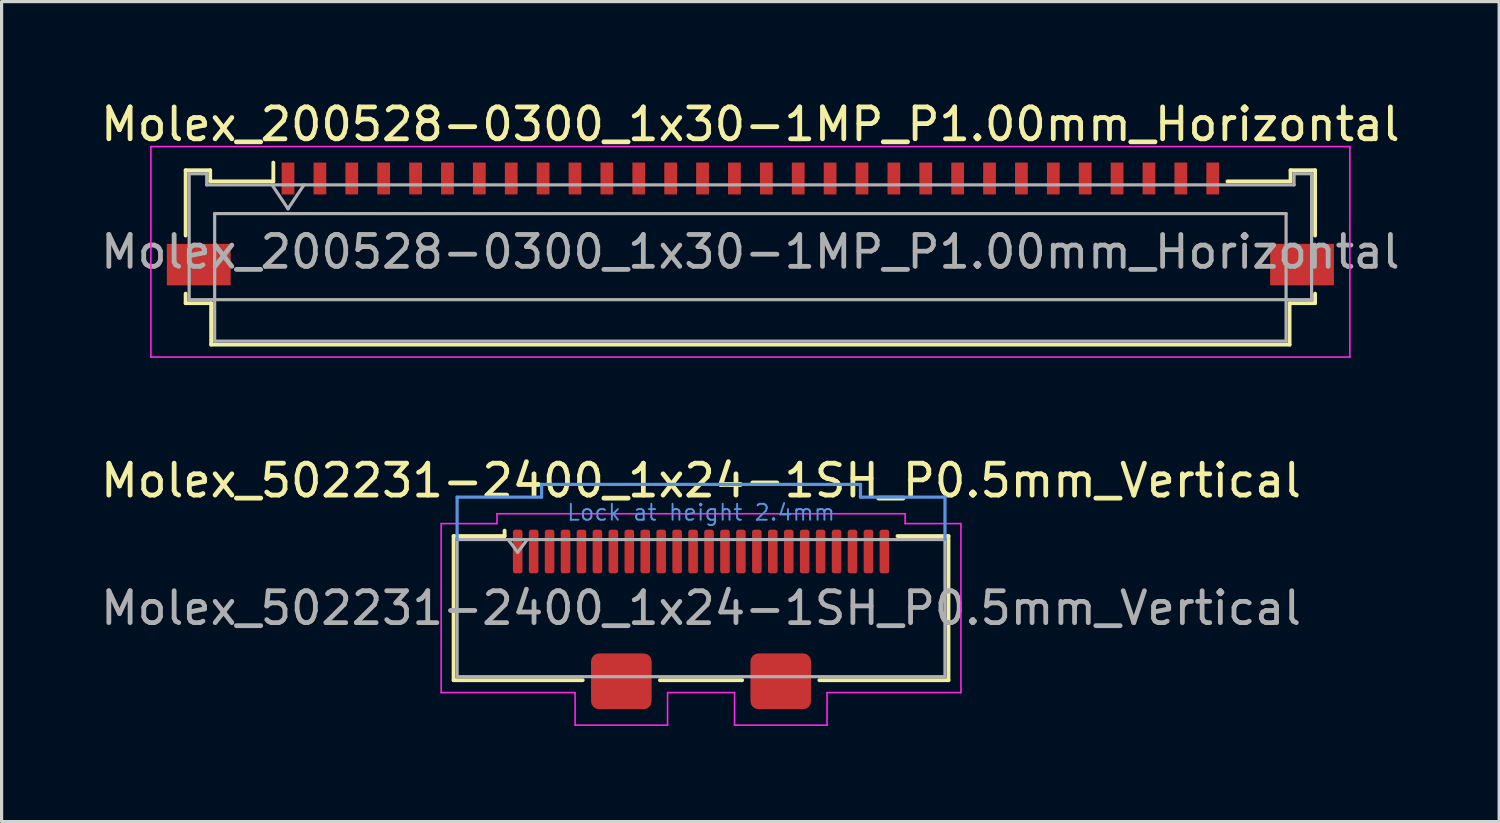
<source format=kicad_pcb>
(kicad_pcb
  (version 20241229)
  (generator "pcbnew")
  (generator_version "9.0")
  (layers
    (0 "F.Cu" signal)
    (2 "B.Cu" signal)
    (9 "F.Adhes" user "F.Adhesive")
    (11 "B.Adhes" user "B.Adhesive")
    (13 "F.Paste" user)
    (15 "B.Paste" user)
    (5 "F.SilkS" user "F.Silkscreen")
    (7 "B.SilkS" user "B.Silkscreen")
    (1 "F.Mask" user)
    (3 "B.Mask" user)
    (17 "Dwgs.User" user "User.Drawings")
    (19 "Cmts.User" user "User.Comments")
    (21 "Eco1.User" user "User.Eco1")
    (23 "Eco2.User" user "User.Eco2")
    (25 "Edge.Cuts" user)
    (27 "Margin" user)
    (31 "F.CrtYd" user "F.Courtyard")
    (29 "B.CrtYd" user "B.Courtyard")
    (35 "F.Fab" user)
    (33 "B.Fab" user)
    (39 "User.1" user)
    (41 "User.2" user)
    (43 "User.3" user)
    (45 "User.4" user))
  (footprint "Molex_502231-2400_1x24-1SH_P0.5mm_Vertical"
    (layer "F.Cu")
    (at 18.935 15.291)
    (property "Reference" "Molex_502231-2400_1x24-1SH_P0.5mm_Vertical" (at 0 -3.27 0) (layer "F.SilkS") (effects (font (size 1 1) (thickness 0.15))))
    (attr smd)
    (fp_line (start -7.76 2.99) (end -7.76 -1.53) (stroke (width 0.12) (type solid)) (layer "F.SilkS"))
    (fp_line (start -6.16 -1.53) (end -7.76 -1.53) (stroke (width 0.12) (type solid)) (layer "F.SilkS"))
    (fp_line (start -6.16 -1.53) (end -6.16 -1.7) (stroke (width 0.12) (type solid)) (layer "F.SilkS"))
    (fp_line (start -3.71 2.99) (end -7.76 2.99) (stroke (width 0.12) (type solid)) (layer "F.SilkS"))
    (fp_line (start -1.29 2.99) (end 1.29 2.99) (stroke (width 0.12) (type solid)) (layer "F.SilkS"))
    (fp_line (start 3.71 2.99) (end 7.76 2.99) (stroke (width 0.12) (type solid)) (layer "F.SilkS"))
    (fp_line (start 6.16 -1.53) (end 7.76 -1.53) (stroke (width 0.12) (type solid)) (layer "F.SilkS"))
    (fp_line (start 7.76 2.99) (end 7.76 -1.53) (stroke (width 0.12) (type solid)) (layer "F.SilkS"))
    (fp_line (start -7.65 -2.75) (end -7.65 -1.42) (stroke (width 0.1) (type solid)) (layer "Cmts.User"))
    (fp_line (start -5 -3.15) (end -5 -2.75) (stroke (width 0.1) (type solid)) (layer "Cmts.User"))
    (fp_line (start -5 -3.15) (end 5 -3.15) (stroke (width 0.1) (type solid)) (layer "Cmts.User"))
    (fp_line (start -5 -2.75) (end -7.65 -2.75) (stroke (width 0.1) (type solid)) (layer "Cmts.User"))
    (fp_line (start 5 -3.15) (end 5 -2.75) (stroke (width 0.1) (type solid)) (layer "Cmts.User"))
    (fp_line (start 5 -2.75) (end 7.65 -2.75) (stroke (width 0.1) (type solid)) (layer "Cmts.User"))
    (fp_line (start 7.65 -2.75) (end 7.65 -1.42) (stroke (width 0.1) (type solid)) (layer "Cmts.User"))
    (fp_line (start -8.15 -1.92) (end -6.4 -1.92) (stroke (width 0.05) (type solid)) (layer "F.CrtYd"))
    (fp_line (start -8.15 3.38) (end -8.15 -1.92) (stroke (width 0.05) (type solid)) (layer "F.CrtYd"))
    (fp_line (start -6.4 -1.92) (end -6.4 -2.23) (stroke (width 0.05) (type solid)) (layer "F.CrtYd"))
    (fp_line (start -3.95 3.38) (end -8.15 3.38) (stroke (width 0.05) (type solid)) (layer "F.CrtYd"))
    (fp_line (start -3.95 3.38) (end -3.95 4.4) (stroke (width 0.05) (type solid)) (layer "F.CrtYd"))
    (fp_line (start -1.05 3.38) (end -1.05 4.4) (stroke (width 0.05) (type solid)) (layer "F.CrtYd"))
    (fp_line (start -1.05 4.4) (end -3.95 4.4) (stroke (width 0.05) (type solid)) (layer "F.CrtYd"))
    (fp_line (start 1.05 3.38) (end -1.05 3.38) (stroke (width 0.05) (type solid)) (layer "F.CrtYd"))
    (fp_line (start 1.05 3.38) (end 1.05 4.4) (stroke (width 0.05) (type solid)) (layer "F.CrtYd"))
    (fp_line (start 1.05 4.4) (end 3.95 4.4) (stroke (width 0.05) (type solid)) (layer "F.CrtYd"))
    (fp_line (start 3.95 3.38) (end 3.95 4.4) (stroke (width 0.05) (type solid)) (layer "F.CrtYd"))
    (fp_line (start 3.95 3.38) (end 8.15 3.38) (stroke (width 0.05) (type solid)) (layer "F.CrtYd"))
    (fp_line (start 6.4 -2.23) (end -6.4 -2.23) (stroke (width 0.05) (type solid)) (layer "F.CrtYd"))
    (fp_line (start 6.4 -1.92) (end 6.4 -2.23) (stroke (width 0.05) (type solid)) (layer "F.CrtYd"))
    (fp_line (start 8.15 -1.92) (end 6.4 -1.92) (stroke (width 0.05) (type solid)) (layer "F.CrtYd"))
    (fp_line (start 8.15 3.38) (end 8.15 -1.92) (stroke (width 0.05) (type solid)) (layer "F.CrtYd"))
    (fp_line (start -7.65 -1.42) (end -7.65 2.88) (stroke (width 0.1) (type solid)) (layer "F.Fab"))
    (fp_line (start -7.65 -1.42) (end 7.65 -1.42) (stroke (width 0.1) (type solid)) (layer "F.Fab"))
    (fp_line (start -7.65 2.88) (end 7.65 2.88) (stroke (width 0.1) (type solid)) (layer "F.Fab"))
    (fp_line (start -6.05 -1.42) (end -5.75 -1.02) (stroke (width 0.1) (type solid)) (layer "F.Fab"))
    (fp_line (start -5.75 -1.02) (end -5.45 -1.42) (stroke (width 0.1) (type solid)) (layer "F.Fab"))
    (fp_line (start 7.65 -1.42) (end 7.65 2.88) (stroke (width 0.1) (type solid)) (layer "F.Fab"))
    (fp_text user "Lock at height 2.4mm" (at 0 -2.27 0) (layer "Cmts.User") (effects (font (size 0.5 0.5) (thickness 0.06))))
    (fp_text user "${REFERENCE}" (at 0 0.73 0) (layer "F.Fab") (effects (font (size 1 1) (thickness 0.15))))
    (pad "1" smd roundrect (at -5.75 -1.045) (size 0.3 1.37) (layers "F.Cu" "F.Mask" "F.Paste") (roundrect_rratio 0.25))
    (pad "2" smd roundrect (at -5.25 -1.045) (size 0.3 1.37) (layers "F.Cu" "F.Mask" "F.Paste") (roundrect_rratio 0.25))
    (pad "3" smd roundrect (at -4.75 -1.045) (size 0.3 1.37) (layers "F.Cu" "F.Mask" "F.Paste") (roundrect_rratio 0.25))
    (pad "4" smd roundrect (at -4.25 -1.045) (size 0.3 1.37) (layers "F.Cu" "F.Mask" "F.Paste") (roundrect_rratio 0.25))
    (pad "5" smd roundrect (at -3.75 -1.045) (size 0.3 1.37) (layers "F.Cu" "F.Mask" "F.Paste") (roundrect_rratio 0.25))
    (pad "6" smd roundrect (at -3.25 -1.045) (size 0.3 1.37) (layers "F.Cu" "F.Mask" "F.Paste") (roundrect_rratio 0.25))
    (pad "7" smd roundrect (at -2.75 -1.045) (size 0.3 1.37) (layers "F.Cu" "F.Mask" "F.Paste") (roundrect_rratio 0.25))
    (pad "8" smd roundrect (at -2.25 -1.045) (size 0.3 1.37) (layers "F.Cu" "F.Mask" "F.Paste") (roundrect_rratio 0.25))
    (pad "9" smd roundrect (at -1.75 -1.045) (size 0.3 1.37) (layers "F.Cu" "F.Mask" "F.Paste") (roundrect_rratio 0.25))
    (pad "10" smd roundrect (at -1.25 -1.045) (size 0.3 1.37) (layers "F.Cu" "F.Mask" "F.Paste") (roundrect_rratio 0.25))
    (pad "11" smd roundrect (at -0.75 -1.045) (size 0.3 1.37) (layers "F.Cu" "F.Mask" "F.Paste") (roundrect_rratio 0.25))
    (pad "12" smd roundrect (at -0.25 -1.045) (size 0.3 1.37) (layers "F.Cu" "F.Mask" "F.Paste") (roundrect_rratio 0.25))
    (pad "13" smd roundrect (at 0.25 -1.045) (size 0.3 1.37) (layers "F.Cu" "F.Mask" "F.Paste") (roundrect_rratio 0.25))
    (pad "14" smd roundrect (at 0.75 -1.045) (size 0.3 1.37) (layers "F.Cu" "F.Mask" "F.Paste") (roundrect_rratio 0.25))
    (pad "15" smd roundrect (at 1.25 -1.045) (size 0.3 1.37) (layers "F.Cu" "F.Mask" "F.Paste") (roundrect_rratio 0.25))
    (pad "16" smd roundrect (at 1.75 -1.045) (size 0.3 1.37) (layers "F.Cu" "F.Mask" "F.Paste") (roundrect_rratio 0.25))
    (pad "17" smd roundrect (at 2.25 -1.045) (size 0.3 1.37) (layers "F.Cu" "F.Mask" "F.Paste") (roundrect_rratio 0.25))
    (pad "18" smd roundrect (at 2.75 -1.045) (size 0.3 1.37) (layers "F.Cu" "F.Mask" "F.Paste") (roundrect_rratio 0.25))
    (pad "19" smd roundrect (at 3.25 -1.045) (size 0.3 1.37) (layers "F.Cu" "F.Mask" "F.Paste") (roundrect_rratio 0.25))
    (pad "20" smd roundrect (at 3.75 -1.045) (size 0.3 1.37) (layers "F.Cu" "F.Mask" "F.Paste") (roundrect_rratio 0.25))
    (pad "21" smd roundrect (at 4.25 -1.045) (size 0.3 1.37) (layers "F.Cu" "F.Mask" "F.Paste") (roundrect_rratio 0.25))
    (pad "22" smd roundrect (at 4.75 -1.045) (size 0.3 1.37) (layers "F.Cu" "F.Mask" "F.Paste") (roundrect_rratio 0.25))
    (pad "23" smd roundrect (at 5.25 -1.045) (size 0.3 1.37) (layers "F.Cu" "F.Mask" "F.Paste") (roundrect_rratio 0.25))
    (pad "24" smd roundrect (at 5.75 -1.045) (size 0.3 1.37) (layers "F.Cu" "F.Mask" "F.Paste") (roundrect_rratio 0.25))
    (pad "SH" smd roundrect (at -2.5 3.025) (size 1.9 1.75) (layers "F.Cu" "F.Mask" "F.Paste") (roundrect_rratio 0.143))
    (pad "SH" smd roundrect (at 2.5 3.025) (size 1.9 1.75) (layers "F.Cu" "F.Mask" "F.Paste") (roundrect_rratio 0.143)))
  (footprint "Molex_200528-0300_1x30-1MP_P1.00mm_Horizontal"
    (layer "F.Cu")
    (at 20.482 3.458)
    (property "Reference" "Molex_200528-0300_1x30-1MP_P1.00mm_Horizontal" (at 0 -2.61 0) (layer "F.SilkS") (effects (font (size 1 1) (thickness 0.15))))
    (attr smd)
    (fp_line (start -17.71 -1.17) (end -17.71 0.88) (stroke (width 0.12) (type solid)) (layer "F.SilkS"))
    (fp_line (start -17.71 2.7) (end -17.71 3) (stroke (width 0.12) (type solid)) (layer "F.SilkS"))
    (fp_line (start -17.71 3) (end -16.91 3) (stroke (width 0.12) (type solid)) (layer "F.SilkS"))
    (fp_line (start -16.94 -1.17) (end -17.71 -1.17) (stroke (width 0.12) (type solid)) (layer "F.SilkS"))
    (fp_line (start -16.94 -0.82) (end -16.94 -1.17) (stroke (width 0.12) (type solid)) (layer "F.SilkS"))
    (fp_line (start -16.91 3) (end -16.91 4.3) (stroke (width 0.12) (type solid)) (layer "F.SilkS"))
    (fp_line (start -16.91 4.3) (end 16.91 4.3) (stroke (width 0.12) (type solid)) (layer "F.SilkS"))
    (fp_line (start -14.96 -1.41) (end -14.96 -0.82) (stroke (width 0.12) (type solid)) (layer "F.SilkS"))
    (fp_line (start -14.96 -0.82) (end -16.94 -0.82) (stroke (width 0.12) (type solid)) (layer "F.SilkS"))
    (fp_line (start 16.91 3) (end 17.71 3) (stroke (width 0.12) (type solid)) (layer "F.SilkS"))
    (fp_line (start 16.91 4.3) (end 16.91 3) (stroke (width 0.12) (type solid)) (layer "F.SilkS"))
    (fp_line (start 16.94 -1.17) (end 16.94 -0.82) (stroke (width 0.12) (type solid)) (layer "F.SilkS"))
    (fp_line (start 16.94 -0.82) (end 14.96 -0.82) (stroke (width 0.12) (type solid)) (layer "F.SilkS"))
    (fp_line (start 17.71 -1.17) (end 16.94 -1.17) (stroke (width 0.12) (type solid)) (layer "F.SilkS"))
    (fp_line (start 17.71 0.88) (end 17.71 -1.17) (stroke (width 0.12) (type solid)) (layer "F.SilkS"))
    (fp_line (start 17.71 3) (end 17.71 2.7) (stroke (width 0.12) (type solid)) (layer "F.SilkS"))
    (fp_line (start -18.8 -1.91) (end -18.8 4.69) (stroke (width 0.05) (type solid)) (layer "F.CrtYd"))
    (fp_line (start -18.8 4.69) (end 18.8 4.69) (stroke (width 0.05) (type solid)) (layer "F.CrtYd"))
    (fp_line (start 18.8 -1.91) (end -18.8 -1.91) (stroke (width 0.05) (type solid)) (layer "F.CrtYd"))
    (fp_line (start 18.8 4.69) (end 18.8 -1.91) (stroke (width 0.05) (type solid)) (layer "F.CrtYd"))
    (fp_line (start -17.6 -1.06) (end -17.6 2.89) (stroke (width 0.1) (type solid)) (layer "F.Fab"))
    (fp_line (start -17.6 2.89) (end 17.6 2.89) (stroke (width 0.1) (type solid)) (layer "F.Fab"))
    (fp_line (start -17.05 -1.06) (end -17.6 -1.06) (stroke (width 0.1) (type solid)) (layer "F.Fab"))
    (fp_line (start -17.05 -0.71) (end -17.05 -1.06) (stroke (width 0.1) (type solid)) (layer "F.Fab"))
    (fp_line (start -16.8 0.19) (end -16.8 4.19) (stroke (width 0.1) (type solid)) (layer "F.Fab"))
    (fp_line (start -16.8 4.19) (end 16.8 4.19) (stroke (width 0.1) (type solid)) (layer "F.Fab"))
    (fp_line (start -15 -0.71) (end -14.5 0.04) (stroke (width 0.1) (type solid)) (layer "F.Fab"))
    (fp_line (start -14.5 0.04) (end -14 -0.71) (stroke (width 0.1) (type solid)) (layer "F.Fab"))
    (fp_line (start 16.8 0.19) (end -16.8 0.19) (stroke (width 0.1) (type solid)) (layer "F.Fab"))
    (fp_line (start 16.8 4.19) (end 16.8 0.19) (stroke (width 0.1) (type solid)) (layer "F.Fab"))
    (fp_line (start 17.05 -1.06) (end 17.05 -0.71) (stroke (width 0.1) (type solid)) (layer "F.Fab"))
    (fp_line (start 17.05 -0.71) (end -17.05 -0.71) (stroke (width 0.1) (type solid)) (layer "F.Fab"))
    (fp_line (start 17.6 -1.06) (end 17.05 -1.06) (stroke (width 0.1) (type solid)) (layer "F.Fab"))
    (fp_line (start 17.6 2.89) (end 17.6 -1.06) (stroke (width 0.1) (type solid)) (layer "F.Fab"))
    (fp_text user "${REFERENCE}" (at 0 1.39 0) (layer "F.Fab") (effects (font (size 1 1) (thickness 0.15))))
    (pad "1" smd rect (at -14.5 -0.91) (size 0.4 1) (layers "F.Cu" "F.Mask" "F.Paste"))
    (pad "2" smd rect (at -13.5 -0.91) (size 0.4 1) (layers "F.Cu" "F.Mask" "F.Paste"))
    (pad "3" smd rect (at -12.5 -0.91) (size 0.4 1) (layers "F.Cu" "F.Mask" "F.Paste"))
    (pad "4" smd rect (at -11.5 -0.91) (size 0.4 1) (layers "F.Cu" "F.Mask" "F.Paste"))
    (pad "5" smd rect (at -10.5 -0.91) (size 0.4 1) (layers "F.Cu" "F.Mask" "F.Paste"))
    (pad "6" smd rect (at -9.5 -0.91) (size 0.4 1) (layers "F.Cu" "F.Mask" "F.Paste"))
    (pad "7" smd rect (at -8.5 -0.91) (size 0.4 1) (layers "F.Cu" "F.Mask" "F.Paste"))
    (pad "8" smd rect (at -7.5 -0.91) (size 0.4 1) (layers "F.Cu" "F.Mask" "F.Paste"))
    (pad "9" smd rect (at -6.5 -0.91) (size 0.4 1) (layers "F.Cu" "F.Mask" "F.Paste"))
    (pad "10" smd rect (at -5.5 -0.91) (size 0.4 1) (layers "F.Cu" "F.Mask" "F.Paste"))
    (pad "11" smd rect (at -4.5 -0.91) (size 0.4 1) (layers "F.Cu" "F.Mask" "F.Paste"))
    (pad "12" smd rect (at -3.5 -0.91) (size 0.4 1) (layers "F.Cu" "F.Mask" "F.Paste"))
    (pad "13" smd rect (at -2.5 -0.91) (size 0.4 1) (layers "F.Cu" "F.Mask" "F.Paste"))
    (pad "14" smd rect (at -1.5 -0.91) (size 0.4 1) (layers "F.Cu" "F.Mask" "F.Paste"))
    (pad "15" smd rect (at -0.5 -0.91) (size 0.4 1) (layers "F.Cu" "F.Mask" "F.Paste"))
    (pad "16" smd rect (at 0.5 -0.91) (size 0.4 1) (layers "F.Cu" "F.Mask" "F.Paste"))
    (pad "17" smd rect (at 1.5 -0.91) (size 0.4 1) (layers "F.Cu" "F.Mask" "F.Paste"))
    (pad "18" smd rect (at 2.5 -0.91) (size 0.4 1) (layers "F.Cu" "F.Mask" "F.Paste"))
    (pad "19" smd rect (at 3.5 -0.91) (size 0.4 1) (layers "F.Cu" "F.Mask" "F.Paste"))
    (pad "20" smd rect (at 4.5 -0.91) (size 0.4 1) (layers "F.Cu" "F.Mask" "F.Paste"))
    (pad "21" smd rect (at 5.5 -0.91) (size 0.4 1) (layers "F.Cu" "F.Mask" "F.Paste"))
    (pad "22" smd rect (at 6.5 -0.91) (size 0.4 1) (layers "F.Cu" "F.Mask" "F.Paste"))
    (pad "23" smd rect (at 7.5 -0.91) (size 0.4 1) (layers "F.Cu" "F.Mask" "F.Paste"))
    (pad "24" smd rect (at 8.5 -0.91) (size 0.4 1) (layers "F.Cu" "F.Mask" "F.Paste"))
    (pad "25" smd rect (at 9.5 -0.91) (size 0.4 1) (layers "F.Cu" "F.Mask" "F.Paste"))
    (pad "26" smd rect (at 10.5 -0.91) (size 0.4 1) (layers "F.Cu" "F.Mask" "F.Paste"))
    (pad "27" smd rect (at 11.5 -0.91) (size 0.4 1) (layers "F.Cu" "F.Mask" "F.Paste"))
    (pad "28" smd rect (at 12.5 -0.91) (size 0.4 1) (layers "F.Cu" "F.Mask" "F.Paste"))
    (pad "29" smd rect (at 13.5 -0.91) (size 0.4 1) (layers "F.Cu" "F.Mask" "F.Paste"))
    (pad "30" smd rect (at 14.5 -0.91) (size 0.4 1) (layers "F.Cu" "F.Mask" "F.Paste"))
    (pad "MP" smd rect (at -17.3 1.79) (size 2 1.3) (layers "F.Cu" "F.Mask" "F.Paste"))
    (pad "MP" smd rect (at 17.3 1.79) (size 2 1.3) (layers "F.Cu" "F.Mask" "F.Paste")))
  (gr_rect
    (start -3 -3)
    (end 43.964 22.716)
    (stroke (width 0.1) (type default))
    (fill no)
    (layer "Edge.Cuts")))
</source>
